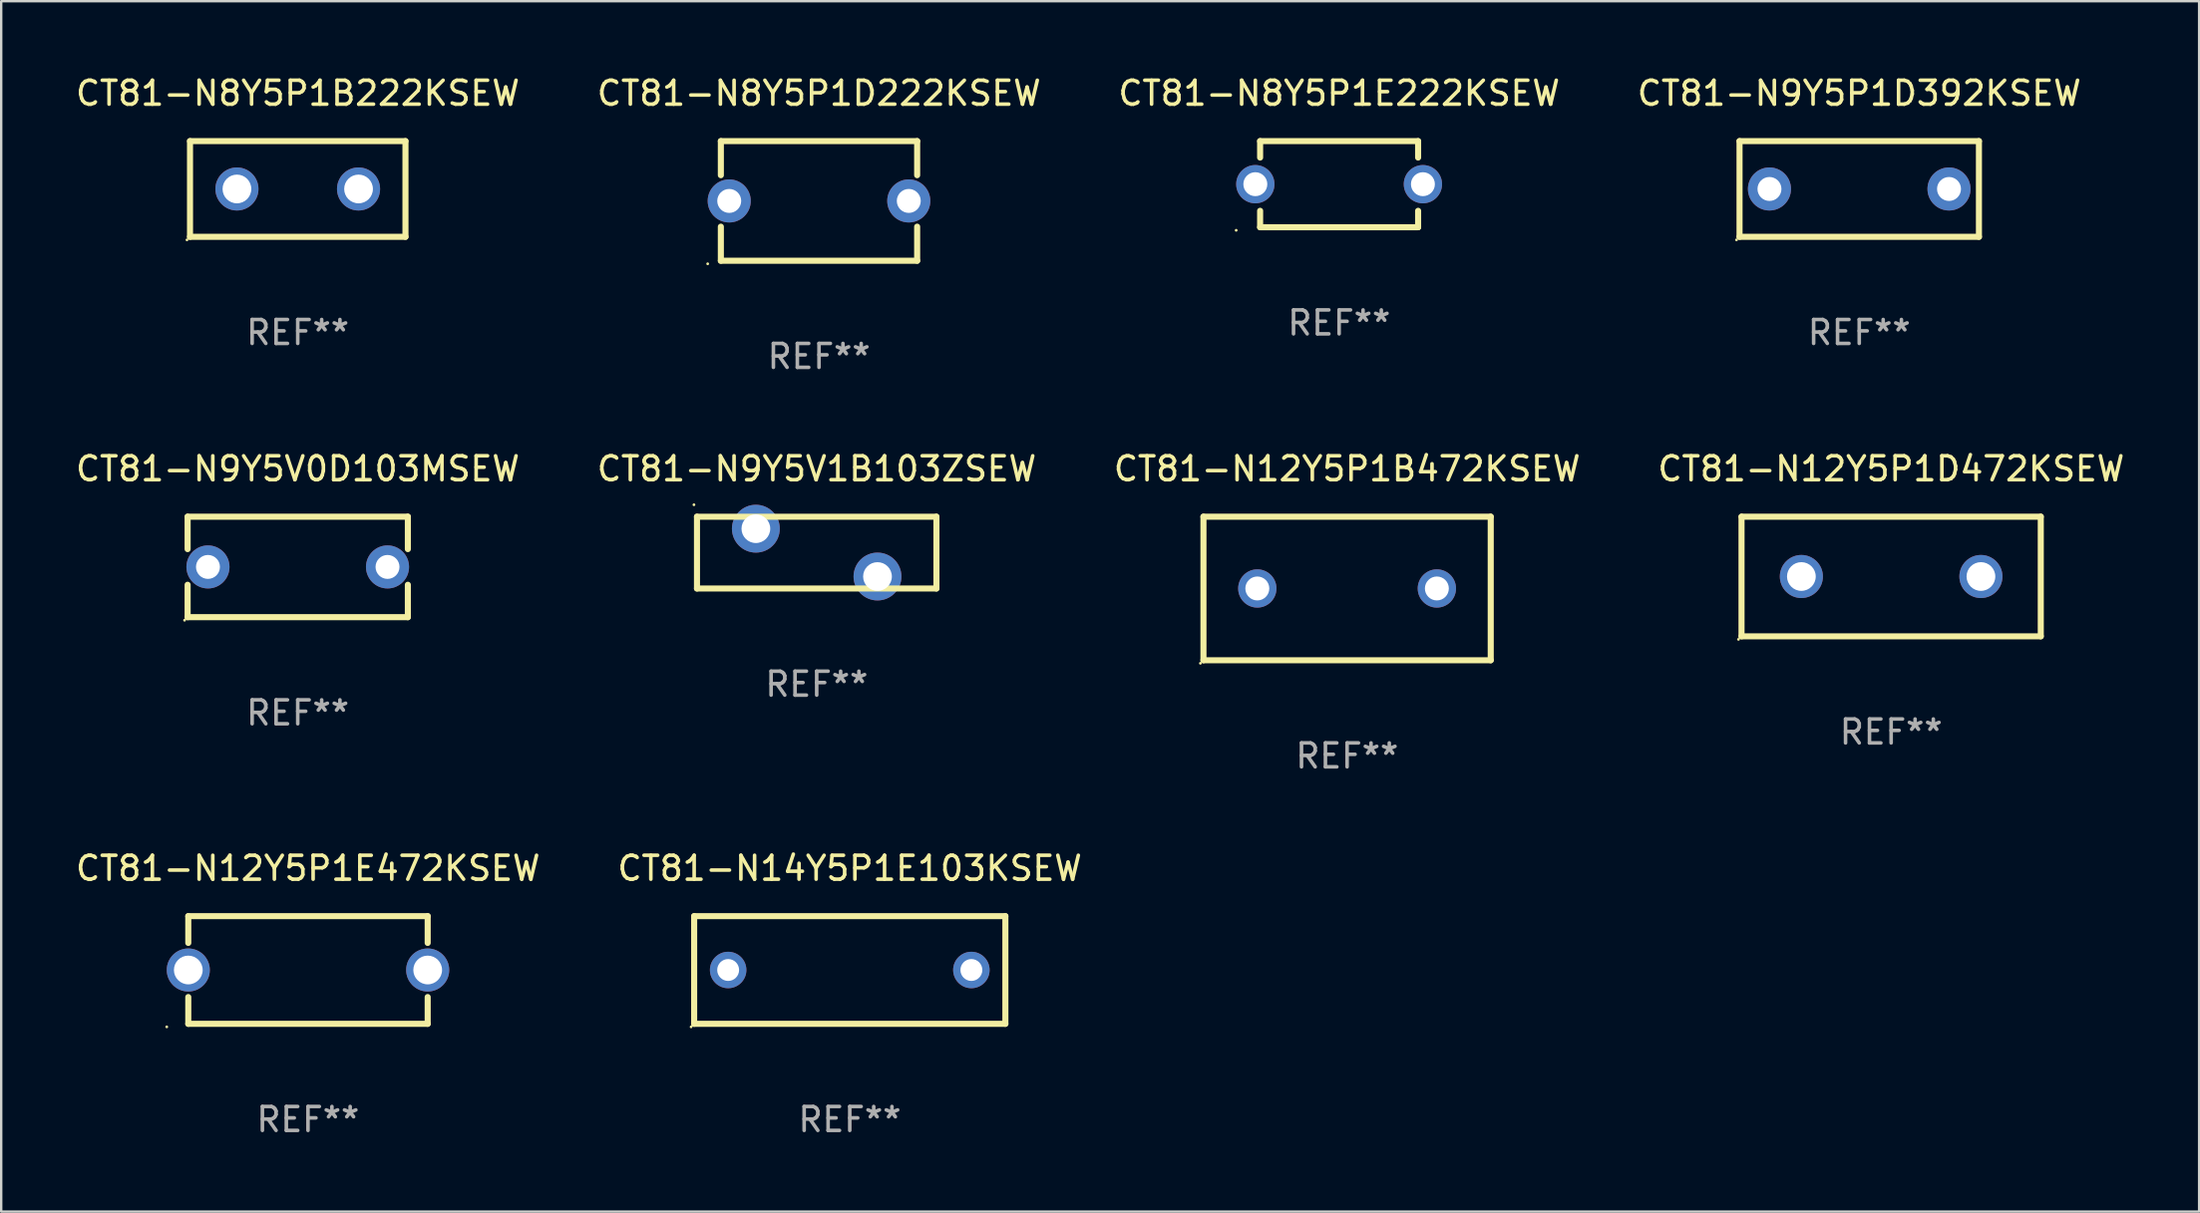
<source format=kicad_pcb>
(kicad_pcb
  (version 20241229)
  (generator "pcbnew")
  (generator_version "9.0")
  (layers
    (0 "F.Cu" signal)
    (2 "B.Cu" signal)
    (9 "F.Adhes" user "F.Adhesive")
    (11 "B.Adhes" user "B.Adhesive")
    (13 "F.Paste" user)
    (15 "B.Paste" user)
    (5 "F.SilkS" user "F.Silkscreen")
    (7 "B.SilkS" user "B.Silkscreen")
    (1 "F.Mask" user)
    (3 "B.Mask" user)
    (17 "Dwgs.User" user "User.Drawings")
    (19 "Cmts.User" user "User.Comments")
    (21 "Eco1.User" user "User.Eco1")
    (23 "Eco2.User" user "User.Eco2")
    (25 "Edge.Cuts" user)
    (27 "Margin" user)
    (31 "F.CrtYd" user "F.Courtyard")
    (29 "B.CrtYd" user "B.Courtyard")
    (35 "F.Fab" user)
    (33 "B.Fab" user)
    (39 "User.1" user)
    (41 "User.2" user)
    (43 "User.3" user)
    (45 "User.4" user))
  (footprint "CT81-N9Y5P1D392KSEW"
    (layer "F.Cu")
    (at 74.613 4.848)
    (property "Reference" "CT81-N9Y5P1D392KSEW" (at 0 -4 0) (layer "F.SilkS") (effects (font (size 1 1) (thickness 0.15))))
    (attr through_hole)
    (fp_line (start -5 -2) (end 5 -2) (stroke (width 0.254) (type solid)) (layer "F.SilkS"))
    (fp_line (start -5 2) (end -5 -2) (stroke (width 0.254) (type solid)) (layer "F.SilkS"))
    (fp_line (start 5 -2) (end 5 2) (stroke (width 0.254) (type solid)) (layer "F.SilkS"))
    (fp_line (start 5 2) (end -5 2) (stroke (width 0.254) (type solid)) (layer "F.SilkS"))
    (fp_circle (center -5.127 2.127) (end -5.097 2.127) (stroke (width 0.06) (type solid)) (fill no) (layer "F.SilkS"))
    (fp_text user "REF**" (at 0 6 0) (layer "F.Fab") (effects (font (size 1 1) (thickness 0.15))))
    (pad "1" thru_hole circle (at -3.75 0) (size 1.8 1.8) (drill 1) (layers "*.Cu" "*.Mask"))
    (pad "2" thru_hole circle (at 3.75 0) (size 1.8 1.8) (drill 1) (layers "*.Cu" "*.Mask")))
  (footprint "CT81-N12Y5P1D472KSEW"
    (layer "F.Cu")
    (at 75.946 21.045)
    (property "Reference" "CT81-N12Y5P1D472KSEW" (at 0 -4.5 0) (layer "F.SilkS") (effects (font (size 1 1) (thickness 0.15))))
    (attr through_hole)
    (fp_line (start -6.25 -2.5) (end 6.25 -2.5) (stroke (width 0.254) (type solid)) (layer "F.SilkS"))
    (fp_line (start -6.25 2.5) (end -6.25 -2.5) (stroke (width 0.254) (type solid)) (layer "F.SilkS"))
    (fp_line (start 6.25 -2.5) (end 6.25 2.5) (stroke (width 0.254) (type solid)) (layer "F.SilkS"))
    (fp_line (start 6.25 2.5) (end -6.25 2.5) (stroke (width 0.254) (type solid)) (layer "F.SilkS"))
    (fp_circle (center -6.377 2.627) (end -6.347 2.627) (stroke (width 0.06) (type solid)) (fill no) (layer "F.SilkS"))
    (fp_text user "REF**" (at 0 6.5 0) (layer "F.Fab") (effects (font (size 1 1) (thickness 0.15))))
    (pad "1" thru_hole circle (at -3.75 0) (size 1.8 1.8) (drill 1.2) (layers "*.Cu" "*.Mask"))
    (pad "2" thru_hole circle (at 3.75 0) (size 1.8 1.8) (drill 1.2) (layers "*.Cu" "*.Mask")))
  (footprint "CT81-N14Y5P1E103KSEW"
    (layer "F.Cu")
    (at 32.446 37.491)
    (property "Reference" "CT81-N14Y5P1E103KSEW" (at 0 -4.25 0) (layer "F.SilkS") (effects (font (size 1 1) (thickness 0.15))))
    (attr through_hole)
    (fp_line (start -6.5 -2.25) (end 6.5 -2.25) (stroke (width 0.254) (type solid)) (layer "F.SilkS"))
    (fp_line (start -6.5 2.25) (end -6.5 -2.25) (stroke (width 0.254) (type solid)) (layer "F.SilkS"))
    (fp_line (start 6.5 -2.25) (end 6.5 2.25) (stroke (width 0.254) (type solid)) (layer "F.SilkS"))
    (fp_line (start 6.5 2.25) (end -6.5 2.25) (stroke (width 0.254) (type solid)) (layer "F.SilkS"))
    (fp_circle (center -6.627 2.377) (end -6.597 2.377) (stroke (width 0.06) (type solid)) (fill no) (layer "F.SilkS"))
    (fp_text user "REF**" (at 0 6.25 0) (layer "F.Fab") (effects (font (size 1 1) (thickness 0.15))))
    (pad "1" thru_hole circle (at -5.08 0) (size 1.524 1.524) (drill 0.914) (layers "*.Cu" "*.Mask"))
    (pad "2" thru_hole circle (at 5.08 0) (size 1.524 1.524) (drill 0.914) (layers "*.Cu" "*.Mask")))
  (footprint "CT81-N8Y5P1B222KSEW"
    (layer "F.Cu")
    (at 9.387 4.848)
    (property "Reference" "CT81-N8Y5P1B222KSEW" (at 0 -4 0) (layer "F.SilkS") (effects (font (size 1 1) (thickness 0.15))))
    (attr through_hole)
    (fp_line (start -4.5 -2) (end 4.5 -2) (stroke (width 0.254) (type solid)) (layer "F.SilkS"))
    (fp_line (start -4.5 2) (end -4.5 -2) (stroke (width 0.254) (type solid)) (layer "F.SilkS"))
    (fp_line (start 4.5 -2) (end 4.5 2) (stroke (width 0.254) (type solid)) (layer "F.SilkS"))
    (fp_line (start 4.5 2) (end -4.5 2) (stroke (width 0.254) (type solid)) (layer "F.SilkS"))
    (fp_circle (center -4.627 2.127) (end -4.597 2.127) (stroke (width 0.06) (type solid)) (fill no) (layer "F.SilkS"))
    (fp_text user "REF**" (at 0 6 0) (layer "F.Fab") (effects (font (size 1 1) (thickness 0.15))))
    (pad "1" thru_hole circle (at -2.54 0) (size 1.8 1.8) (drill 1.2) (layers "*.Cu" "*.Mask"))
    (pad "2" thru_hole circle (at 2.54 0) (size 1.8 1.8) (drill 1.2) (layers "*.Cu" "*.Mask")))
  (footprint "CT81-N9Y5V1B103ZSEW"
    (layer "F.Cu")
    (at 31.065 20.046)
    (property "Reference" "CT81-N9Y5V1B103ZSEW" (at 0 -3.501 0) (layer "F.SilkS") (effects (font (size 1 1) (thickness 0.15))))
    (attr through_hole)
    (fp_line (start -5.001 -1.5) (end 4.999 -1.5) (stroke (width 0.254) (type solid)) (layer "F.SilkS"))
    (fp_line (start -5.001 1.5) (end -5.001 -1.5) (stroke (width 0.254) (type solid)) (layer "F.SilkS"))
    (fp_line (start 4.999 1.5) (end -5.001 1.5) (stroke (width 0.254) (type solid)) (layer "F.SilkS"))
    (fp_line (start 5.001 -1.501) (end 5.001 1.501) (stroke (width 0.254) (type solid)) (layer "F.SilkS"))
    (fp_circle (center -5.128 -2) (end -5.098 -2) (stroke (width 0.06) (type solid)) (fill no) (layer "F.SilkS"))
    (fp_text user "REF**" (at 0 5.501 0) (layer "F.Fab") (effects (font (size 1 1) (thickness 0.15))))
    (pad "1" thru_hole circle (at -2.541 -1) (size 2 2) (drill 1.2) (layers "*.Cu" "*.Mask"))
    (pad "2" thru_hole circle (at 2.539 1) (size 2 2) (drill 1.2) (layers "*.Cu" "*.Mask")))
  (footprint "CT81-N12Y5P1E472KSEW"
    (layer "F.Cu")
    (at 9.815 37.491)
    (property "Reference" "CT81-N12Y5P1E472KSEW" (at 0 -4.25 0) (layer "F.SilkS") (effects (font (size 1 1) (thickness 0.15))))
    (attr through_hole)
    (fp_line (start -5 -2.25) (end -5 -1.131) (stroke (width 0.254) (type solid)) (layer "F.SilkS"))
    (fp_line (start -5 -2.25) (end 5 -2.25) (stroke (width 0.254) (type solid)) (layer "F.SilkS"))
    (fp_line (start -5 1.131) (end -5 2.25) (stroke (width 0.254) (type solid)) (layer "F.SilkS"))
    (fp_line (start 5 -2.25) (end 5 -1.131) (stroke (width 0.254) (type solid)) (layer "F.SilkS"))
    (fp_line (start 5 1.131) (end 5 2.25) (stroke (width 0.254) (type solid)) (layer "F.SilkS"))
    (fp_line (start 5 2.25) (end -5 2.25) (stroke (width 0.254) (type solid)) (layer "F.SilkS"))
    (fp_circle (center -5.9 2.377) (end -5.87 2.377) (stroke (width 0.06) (type solid)) (fill no) (layer "F.SilkS"))
    (fp_text user "REF**" (at 0 6.25 0) (layer "F.Fab") (effects (font (size 1 1) (thickness 0.15))))
    (pad "1" thru_hole circle (at -5 0) (size 1.8 1.8) (drill 1.2) (layers "*.Cu" "*.Mask"))
    (pad "2" thru_hole circle (at 5 0) (size 1.8 1.8) (drill 1.2) (layers "*.Cu" "*.Mask")))
  (footprint "CT81-N8Y5P1E222KSEW"
    (layer "F.Cu")
    (at 52.887 4.648)
    (property "Reference" "CT81-N8Y5P1E222KSEW" (at 0 -3.8 0) (layer "F.SilkS") (effects (font (size 1 1) (thickness 0.15))))
    (attr through_hole)
    (fp_line (start -3.3 -1.8) (end -3.3 -1.113) (stroke (width 0.254) (type solid)) (layer "F.SilkS"))
    (fp_line (start -3.3 -1.8) (end 3.3 -1.8) (stroke (width 0.254) (type solid)) (layer "F.SilkS"))
    (fp_line (start -3.3 1.113) (end -3.3 1.8) (stroke (width 0.254) (type solid)) (layer "F.SilkS"))
    (fp_line (start 3.3 1.8) (end -3.3 1.8) (stroke (width 0.254) (type solid)) (layer "F.SilkS"))
    (fp_line (start 3.3 -1.8) (end 3.3 -1.113) (stroke (width 0.254) (type solid)) (layer "F.SilkS"))
    (fp_line (start 3.3 1.113) (end 3.3 1.8) (stroke (width 0.254) (type solid)) (layer "F.SilkS"))
    (fp_circle (center -4.3 1.927) (end -4.27 1.927) (stroke (width 0.06) (type solid)) (fill no) (layer "F.SilkS"))
    (fp_text user "REF**" (at 0 5.8 0) (layer "F.Fab") (effects (font (size 1 1) (thickness 0.15))))
    (pad "1" thru_hole circle (at -3.5 0) (size 1.6 1.6) (drill 1) (layers "*.Cu" "*.Mask"))
    (pad "2" thru_hole circle (at 3.5 0) (size 1.6 1.6) (drill 1) (layers "*.Cu" "*.Mask")))
  (footprint "CT81-N8Y5P1D222KSEW"
    (layer "F.Cu")
    (at 31.161 5.348)
    (property "Reference" "CT81-N8Y5P1D222KSEW" (at 0 -4.5 0) (layer "F.SilkS") (effects (font (size 1 1) (thickness 0.15))))
    (attr through_hole)
    (fp_line (start -4.1 -2.5) (end -4.1 -1.076) (stroke (width 0.254) (type solid)) (layer "F.SilkS"))
    (fp_line (start -4.1 -2.5) (end 4.1 -2.5) (stroke (width 0.254) (type solid)) (layer "F.SilkS"))
    (fp_line (start -4.1 1.076) (end -4.1 2.5) (stroke (width 0.254) (type solid)) (layer "F.SilkS"))
    (fp_line (start -4.1 2.5) (end 4.1 2.5) (stroke (width 0.254) (type solid)) (layer "F.SilkS"))
    (fp_line (start 4.1 -2.5) (end 4.1 -1.076) (stroke (width 0.254) (type solid)) (layer "F.SilkS"))
    (fp_line (start 4.1 1.076) (end 4.1 2.5) (stroke (width 0.254) (type solid)) (layer "F.SilkS"))
    (fp_circle (center -4.65 2.627) (end -4.62 2.627) (stroke (width 0.06) (type solid)) (fill no) (layer "F.SilkS"))
    (fp_text user "REF**" (at 0 6.5 0) (layer "F.Fab") (effects (font (size 1 1) (thickness 0.15))))
    (pad "1" thru_hole circle (at -3.75 0) (size 1.8 1.8) (drill 1) (layers "*.Cu" "*.Mask"))
    (pad "2" thru_hole circle (at 3.75 0) (size 1.8 1.8) (drill 1) (layers "*.Cu" "*.Mask")))
  (footprint "CT81-N12Y5P1B472KSEW"
    (layer "F.Cu")
    (at 53.22 21.545)
    (property "Reference" "CT81-N12Y5P1B472KSEW" (at 0 -5 0) (layer "F.SilkS") (effects (font (size 1 1) (thickness 0.15))))
    (attr through_hole)
    (fp_line (start -6 -3) (end 6 -3) (stroke (width 0.254) (type solid)) (layer "F.SilkS"))
    (fp_line (start -6 3) (end -6 -3) (stroke (width 0.254) (type solid)) (layer "F.SilkS"))
    (fp_line (start 6 -3) (end 6 3) (stroke (width 0.254) (type solid)) (layer "F.SilkS"))
    (fp_line (start 6 3) (end -6 3) (stroke (width 0.254) (type solid)) (layer "F.SilkS"))
    (fp_circle (center -6.127 3.127) (end -6.097 3.127) (stroke (width 0.06) (type solid)) (fill no) (layer "F.SilkS"))
    (fp_text user "REF**" (at 0 7 0) (layer "F.Fab") (effects (font (size 1 1) (thickness 0.15))))
    (pad "1" thru_hole circle (at -3.75 0) (size 1.6 1.6) (drill 1) (layers "*.Cu" "*.Mask"))
    (pad "2" thru_hole circle (at 3.75 0) (size 1.6 1.6) (drill 1) (layers "*.Cu" "*.Mask")))
  (footprint "CT81-N9Y5V0D103MSEW"
    (layer "F.Cu")
    (at 9.387 20.645)
    (property "Reference" "CT81-N9Y5V0D103MSEW" (at 0 -4.1 0) (layer "F.SilkS") (effects (font (size 1 1) (thickness 0.15))))
    (attr through_hole)
    (fp_line (start -4.6 -2.1) (end -4.6 -0.745) (stroke (width 0.254) (type solid)) (layer "F.SilkS"))
    (fp_line (start -4.6 -2.1) (end 4.6 -2.1) (stroke (width 0.254) (type solid)) (layer "F.SilkS"))
    (fp_line (start -4.6 0.745) (end -4.6 2.1) (stroke (width 0.254) (type solid)) (layer "F.SilkS"))
    (fp_line (start -4.6 2.1) (end 4.6 2.1) (stroke (width 0.254) (type solid)) (layer "F.SilkS"))
    (fp_line (start 4.6 -2.1) (end 4.6 -0.745) (stroke (width 0.254) (type solid)) (layer "F.SilkS"))
    (fp_line (start 4.6 0.745) (end 4.6 2.1) (stroke (width 0.254) (type solid)) (layer "F.SilkS"))
    (fp_circle (center -4.727 2.227) (end -4.697 2.227) (stroke (width 0.06) (type solid)) (fill no) (layer "F.SilkS"))
    (fp_text user "REF**" (at 0 6.1 0) (layer "F.Fab") (effects (font (size 1 1) (thickness 0.15))))
    (pad "1" thru_hole circle (at -3.75 0) (size 1.8 1.8) (drill 1) (layers "*.Cu" "*.Mask"))
    (pad "2" thru_hole circle (at 3.75 0) (size 1.8 1.8) (drill 1) (layers "*.Cu" "*.Mask")))
  (gr_rect
    (start -3 -3)
    (end 88.81 47.59)
    (stroke (width 0.1) (type default))
    (fill no)
    (layer "Edge.Cuts")))
</source>
